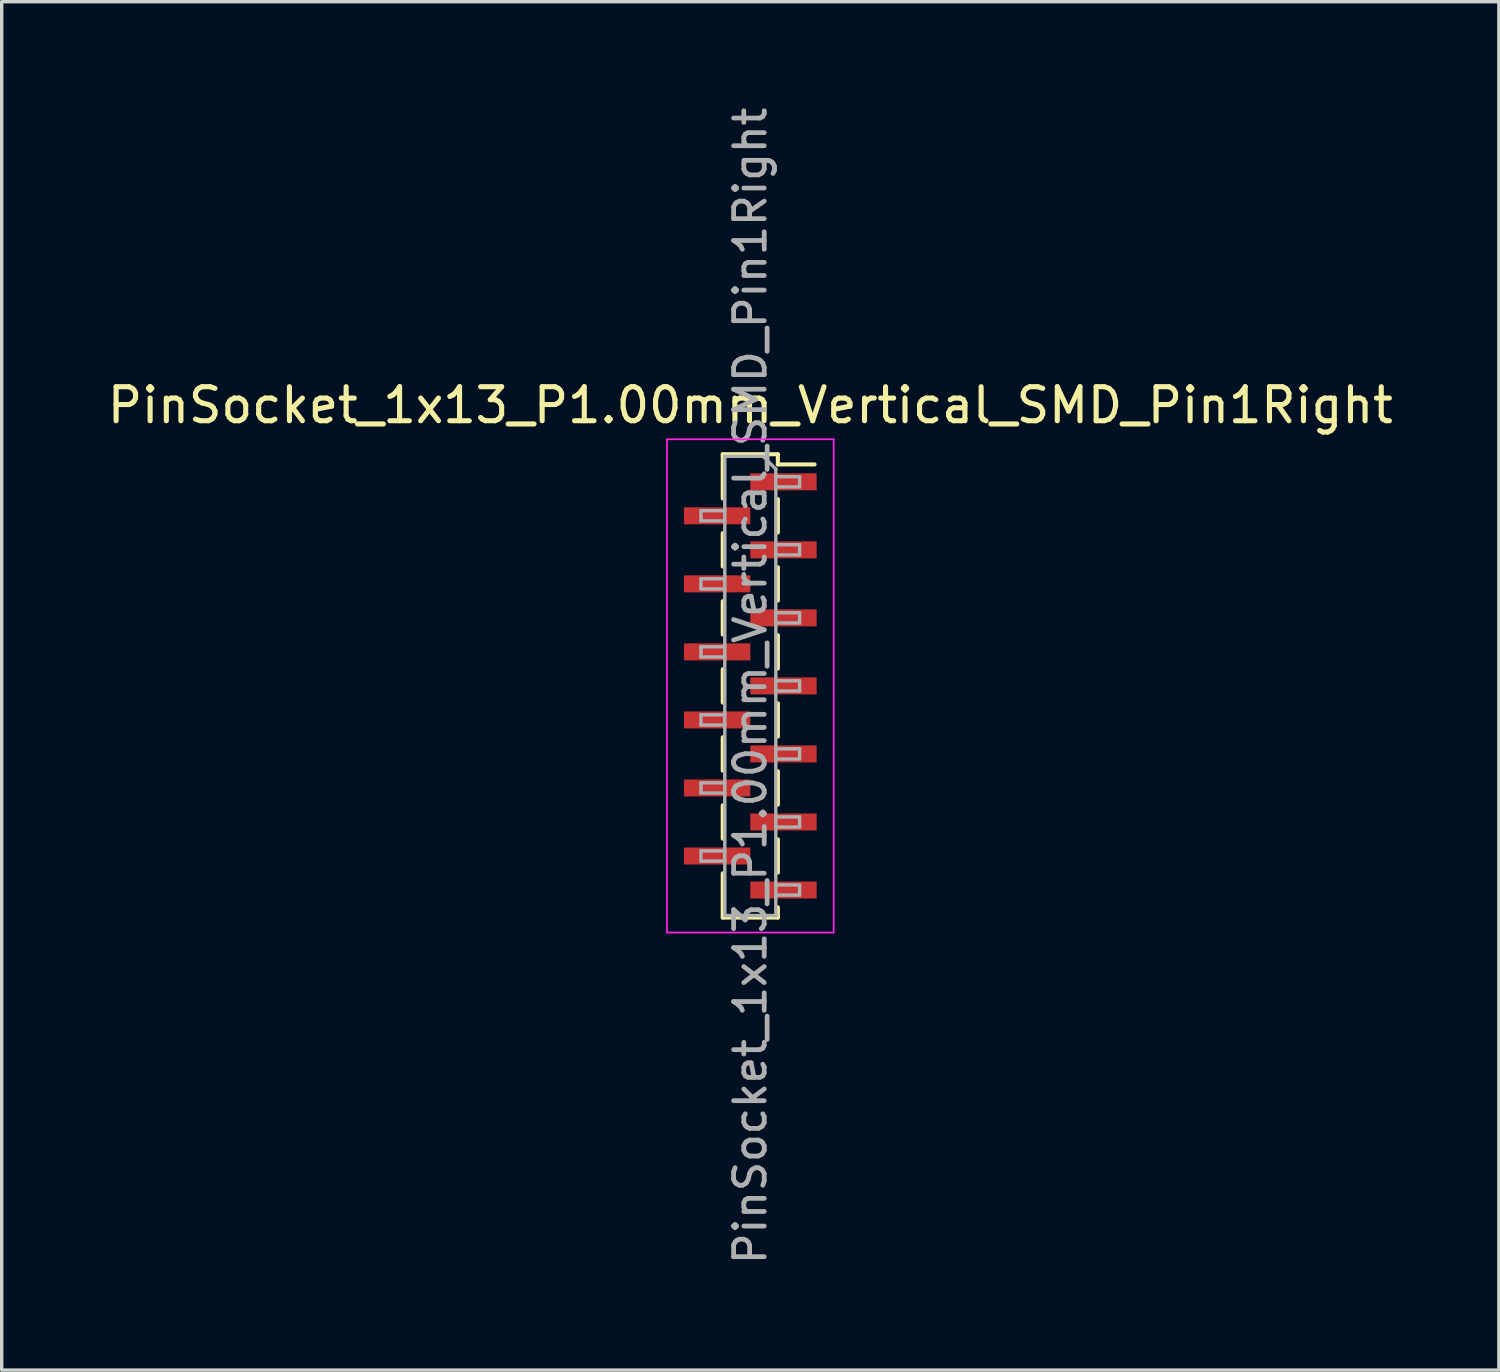
<source format=kicad_pcb>
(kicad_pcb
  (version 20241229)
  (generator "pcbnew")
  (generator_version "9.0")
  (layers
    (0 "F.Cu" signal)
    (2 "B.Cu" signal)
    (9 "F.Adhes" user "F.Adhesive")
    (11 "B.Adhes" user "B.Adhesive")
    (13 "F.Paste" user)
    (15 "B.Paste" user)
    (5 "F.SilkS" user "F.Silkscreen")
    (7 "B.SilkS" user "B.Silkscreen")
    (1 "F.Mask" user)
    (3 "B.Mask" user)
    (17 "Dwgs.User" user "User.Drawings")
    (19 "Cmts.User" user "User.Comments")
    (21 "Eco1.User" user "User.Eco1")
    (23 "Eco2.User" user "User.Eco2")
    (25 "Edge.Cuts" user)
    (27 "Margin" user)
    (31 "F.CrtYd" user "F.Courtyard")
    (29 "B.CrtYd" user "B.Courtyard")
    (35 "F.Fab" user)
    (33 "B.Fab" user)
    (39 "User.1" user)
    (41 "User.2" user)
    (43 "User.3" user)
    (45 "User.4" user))
  (footprint "PinSocket_1x13_P1.00mm_Vertical_SMD_Pin1Right"
    (layer "F.Cu")
    (at 19.006 17.113)
    (property "Reference" "PinSocket_1x13_P1.00mm_Vertical_SMD_Pin1Right" (at 0 -8.25 0) (layer "F.SilkS") (effects (font (size 1 1) (thickness 0.15))))
    (attr smd)
    (fp_line (start -0.81 -6.81) (end -0.81 -5.51) (stroke (width 0.12) (type solid)) (layer "F.SilkS"))
    (fp_line (start -0.81 -6.81) (end 0.81 -6.81) (stroke (width 0.12) (type solid)) (layer "F.SilkS"))
    (fp_line (start -0.81 -4.49) (end -0.81 -3.51) (stroke (width 0.12) (type solid)) (layer "F.SilkS"))
    (fp_line (start -0.81 -2.49) (end -0.81 -1.51) (stroke (width 0.12) (type solid)) (layer "F.SilkS"))
    (fp_line (start -0.81 -0.49) (end -0.81 0.49) (stroke (width 0.12) (type solid)) (layer "F.SilkS"))
    (fp_line (start -0.81 1.51) (end -0.81 2.49) (stroke (width 0.12) (type solid)) (layer "F.SilkS"))
    (fp_line (start -0.81 3.51) (end -0.81 4.49) (stroke (width 0.12) (type solid)) (layer "F.SilkS"))
    (fp_line (start -0.81 5.51) (end -0.81 6.81) (stroke (width 0.12) (type solid)) (layer "F.SilkS"))
    (fp_line (start -0.81 6.81) (end 0.81 6.81) (stroke (width 0.12) (type solid)) (layer "F.SilkS"))
    (fp_line (start 0.81 -6.81) (end 0.81 -6.51) (stroke (width 0.12) (type solid)) (layer "F.SilkS"))
    (fp_line (start 0.81 -6.51) (end 1.89 -6.51) (stroke (width 0.12) (type solid)) (layer "F.SilkS"))
    (fp_line (start 0.81 -5.49) (end 0.81 -4.51) (stroke (width 0.12) (type solid)) (layer "F.SilkS"))
    (fp_line (start 0.81 -3.49) (end 0.81 -2.51) (stroke (width 0.12) (type solid)) (layer "F.SilkS"))
    (fp_line (start 0.81 -1.49) (end 0.81 -0.51) (stroke (width 0.12) (type solid)) (layer "F.SilkS"))
    (fp_line (start 0.81 0.51) (end 0.81 1.49) (stroke (width 0.12) (type solid)) (layer "F.SilkS"))
    (fp_line (start 0.81 2.51) (end 0.81 3.49) (stroke (width 0.12) (type solid)) (layer "F.SilkS"))
    (fp_line (start 0.81 4.51) (end 0.81 5.49) (stroke (width 0.12) (type solid)) (layer "F.SilkS"))
    (fp_line (start 0.81 6.51) (end 0.81 6.81) (stroke (width 0.12) (type solid)) (layer "F.SilkS"))
    (fp_line (start -2.45 -7.25) (end 2.45 -7.25) (stroke (width 0.05) (type solid)) (layer "F.CrtYd"))
    (fp_line (start -2.45 7.25) (end -2.45 -7.25) (stroke (width 0.05) (type solid)) (layer "F.CrtYd"))
    (fp_line (start 2.45 -7.25) (end 2.45 7.25) (stroke (width 0.05) (type solid)) (layer "F.CrtYd"))
    (fp_line (start 2.45 7.25) (end -2.45 7.25) (stroke (width 0.05) (type solid)) (layer "F.CrtYd"))
    (fp_line (start -1.45 -5.15) (end -0.75 -5.15) (stroke (width 0.1) (type solid)) (layer "F.Fab"))
    (fp_line (start -1.45 -4.85) (end -1.45 -5.15) (stroke (width 0.1) (type solid)) (layer "F.Fab"))
    (fp_line (start -1.45 -3.15) (end -0.75 -3.15) (stroke (width 0.1) (type solid)) (layer "F.Fab"))
    (fp_line (start -1.45 -2.85) (end -1.45 -3.15) (stroke (width 0.1) (type solid)) (layer "F.Fab"))
    (fp_line (start -1.45 -1.15) (end -0.75 -1.15) (stroke (width 0.1) (type solid)) (layer "F.Fab"))
    (fp_line (start -1.45 -0.85) (end -1.45 -1.15) (stroke (width 0.1) (type solid)) (layer "F.Fab"))
    (fp_line (start -1.45 0.85) (end -0.75 0.85) (stroke (width 0.1) (type solid)) (layer "F.Fab"))
    (fp_line (start -1.45 1.15) (end -1.45 0.85) (stroke (width 0.1) (type solid)) (layer "F.Fab"))
    (fp_line (start -1.45 2.85) (end -0.75 2.85) (stroke (width 0.1) (type solid)) (layer "F.Fab"))
    (fp_line (start -1.45 3.15) (end -1.45 2.85) (stroke (width 0.1) (type solid)) (layer "F.Fab"))
    (fp_line (start -1.45 4.85) (end -0.75 4.85) (stroke (width 0.1) (type solid)) (layer "F.Fab"))
    (fp_line (start -1.45 5.15) (end -1.45 4.85) (stroke (width 0.1) (type solid)) (layer "F.Fab"))
    (fp_line (start -0.75 -6.75) (end 0.375 -6.75) (stroke (width 0.1) (type solid)) (layer "F.Fab"))
    (fp_line (start -0.75 -4.85) (end -1.45 -4.85) (stroke (width 0.1) (type solid)) (layer "F.Fab"))
    (fp_line (start -0.75 -2.85) (end -1.45 -2.85) (stroke (width 0.1) (type solid)) (layer "F.Fab"))
    (fp_line (start -0.75 -0.85) (end -1.45 -0.85) (stroke (width 0.1) (type solid)) (layer "F.Fab"))
    (fp_line (start -0.75 1.15) (end -1.45 1.15) (stroke (width 0.1) (type solid)) (layer "F.Fab"))
    (fp_line (start -0.75 3.15) (end -1.45 3.15) (stroke (width 0.1) (type solid)) (layer "F.Fab"))
    (fp_line (start -0.75 5.15) (end -1.45 5.15) (stroke (width 0.1) (type solid)) (layer "F.Fab"))
    (fp_line (start -0.75 6.75) (end -0.75 -6.75) (stroke (width 0.1) (type solid)) (layer "F.Fab"))
    (fp_line (start 0.375 -6.75) (end 0.75 -6.375) (stroke (width 0.1) (type solid)) (layer "F.Fab"))
    (fp_line (start 0.75 -6.375) (end 0.75 6.75) (stroke (width 0.1) (type solid)) (layer "F.Fab"))
    (fp_line (start 0.75 -6.15) (end 1.45 -6.15) (stroke (width 0.1) (type solid)) (layer "F.Fab"))
    (fp_line (start 0.75 -4.15) (end 1.45 -4.15) (stroke (width 0.1) (type solid)) (layer "F.Fab"))
    (fp_line (start 0.75 -2.15) (end 1.45 -2.15) (stroke (width 0.1) (type solid)) (layer "F.Fab"))
    (fp_line (start 0.75 -0.15) (end 1.45 -0.15) (stroke (width 0.1) (type solid)) (layer "F.Fab"))
    (fp_line (start 0.75 1.85) (end 1.45 1.85) (stroke (width 0.1) (type solid)) (layer "F.Fab"))
    (fp_line (start 0.75 3.85) (end 1.45 3.85) (stroke (width 0.1) (type solid)) (layer "F.Fab"))
    (fp_line (start 0.75 5.85) (end 1.45 5.85) (stroke (width 0.1) (type solid)) (layer "F.Fab"))
    (fp_line (start 0.75 6.75) (end -0.75 6.75) (stroke (width 0.1) (type solid)) (layer "F.Fab"))
    (fp_line (start 1.45 -6.15) (end 1.45 -5.85) (stroke (width 0.1) (type solid)) (layer "F.Fab"))
    (fp_line (start 1.45 -5.85) (end 0.75 -5.85) (stroke (width 0.1) (type solid)) (layer "F.Fab"))
    (fp_line (start 1.45 -4.15) (end 1.45 -3.85) (stroke (width 0.1) (type solid)) (layer "F.Fab"))
    (fp_line (start 1.45 -3.85) (end 0.75 -3.85) (stroke (width 0.1) (type solid)) (layer "F.Fab"))
    (fp_line (start 1.45 -2.15) (end 1.45 -1.85) (stroke (width 0.1) (type solid)) (layer "F.Fab"))
    (fp_line (start 1.45 -1.85) (end 0.75 -1.85) (stroke (width 0.1) (type solid)) (layer "F.Fab"))
    (fp_line (start 1.45 -0.15) (end 1.45 0.15) (stroke (width 0.1) (type solid)) (layer "F.Fab"))
    (fp_line (start 1.45 0.15) (end 0.75 0.15) (stroke (width 0.1) (type solid)) (layer "F.Fab"))
    (fp_line (start 1.45 1.85) (end 1.45 2.15) (stroke (width 0.1) (type solid)) (layer "F.Fab"))
    (fp_line (start 1.45 2.15) (end 0.75 2.15) (stroke (width 0.1) (type solid)) (layer "F.Fab"))
    (fp_line (start 1.45 3.85) (end 1.45 4.15) (stroke (width 0.1) (type solid)) (layer "F.Fab"))
    (fp_line (start 1.45 4.15) (end 0.75 4.15) (stroke (width 0.1) (type solid)) (layer "F.Fab"))
    (fp_line (start 1.45 5.85) (end 1.45 6.15) (stroke (width 0.1) (type solid)) (layer "F.Fab"))
    (fp_line (start 1.45 6.15) (end 0.75 6.15) (stroke (width 0.1) (type solid)) (layer "F.Fab"))
    (fp_text user "${REFERENCE}" (at 0 0 90) (layer "F.Fab") (effects (font (size 0.9 0.9) (thickness 0.14))))
    (pad "1" smd rect (at 0.975 -6) (size 1.95 0.5) (layers "F.Cu" "F.Mask" "F.Paste"))
    (pad "2" smd rect (at -0.975 -5) (size 1.95 0.5) (layers "F.Cu" "F.Mask" "F.Paste"))
    (pad "3" smd rect (at 0.975 -4) (size 1.95 0.5) (layers "F.Cu" "F.Mask" "F.Paste"))
    (pad "4" smd rect (at -0.975 -3) (size 1.95 0.5) (layers "F.Cu" "F.Mask" "F.Paste"))
    (pad "5" smd rect (at 0.975 -2) (size 1.95 0.5) (layers "F.Cu" "F.Mask" "F.Paste"))
    (pad "6" smd rect (at -0.975 -1) (size 1.95 0.5) (layers "F.Cu" "F.Mask" "F.Paste"))
    (pad "7" smd rect (at 0.975 0) (size 1.95 0.5) (layers "F.Cu" "F.Mask" "F.Paste"))
    (pad "8" smd rect (at -0.975 1) (size 1.95 0.5) (layers "F.Cu" "F.Mask" "F.Paste"))
    (pad "9" smd rect (at 0.975 2) (size 1.95 0.5) (layers "F.Cu" "F.Mask" "F.Paste"))
    (pad "10" smd rect (at -0.975 3) (size 1.95 0.5) (layers "F.Cu" "F.Mask" "F.Paste"))
    (pad "11" smd rect (at 0.975 4) (size 1.95 0.5) (layers "F.Cu" "F.Mask" "F.Paste"))
    (pad "12" smd rect (at -0.975 5) (size 1.95 0.5) (layers "F.Cu" "F.Mask" "F.Paste"))
    (pad "13" smd rect (at 0.975 6) (size 1.95 0.5) (layers "F.Cu" "F.Mask" "F.Paste")))
  (gr_rect
    (start -3 -3)
    (end 41.012 37.226)
    (stroke (width 0.1) (type default))
    (fill no)
    (layer "Edge.Cuts")))
</source>
